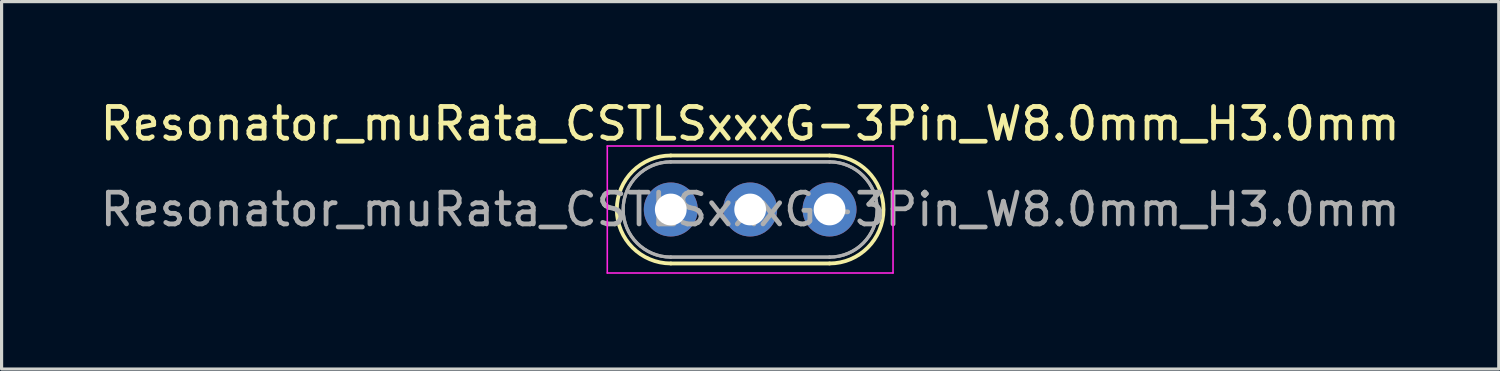
<source format=kicad_pcb>
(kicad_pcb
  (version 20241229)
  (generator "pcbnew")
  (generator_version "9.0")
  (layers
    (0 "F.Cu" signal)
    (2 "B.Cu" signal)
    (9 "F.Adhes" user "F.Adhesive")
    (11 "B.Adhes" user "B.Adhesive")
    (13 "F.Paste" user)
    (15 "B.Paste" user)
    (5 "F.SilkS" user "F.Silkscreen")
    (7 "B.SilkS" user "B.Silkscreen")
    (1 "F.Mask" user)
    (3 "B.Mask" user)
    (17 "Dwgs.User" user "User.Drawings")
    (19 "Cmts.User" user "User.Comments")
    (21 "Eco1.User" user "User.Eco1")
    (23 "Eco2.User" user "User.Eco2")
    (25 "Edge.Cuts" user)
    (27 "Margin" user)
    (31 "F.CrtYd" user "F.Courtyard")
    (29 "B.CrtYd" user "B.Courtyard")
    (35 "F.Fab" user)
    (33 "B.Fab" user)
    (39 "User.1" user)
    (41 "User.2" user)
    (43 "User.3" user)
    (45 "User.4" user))
  (footprint "Resonator_muRata_CSTLSxxxG-3Pin_W8.0mm_H3.0mm"
    (layer "F.Cu")
    (at 18.077 3.548)
    (property "Reference" "Resonator_muRata_CSTLSxxxG-3Pin_W8.0mm_H3.0mm" (at 2.5 -2.7 0) (layer "F.SilkS") (effects (font (size 1 1) (thickness 0.15))))
    (attr through_hole)
    (fp_line (start 0 -1.7) (end 5 -1.7) (stroke (width 0.12) (type solid)) (layer "F.SilkS"))
    (fp_line (start 0 1.7) (end 5 1.7) (stroke (width 0.12) (type solid)) (layer "F.SilkS"))
    (fp_arc (start 0 1.7) (mid -1.7 0) (end 0 -1.7) (stroke (width 0.12) (type solid)) (layer "F.SilkS"))
    (fp_arc (start 5 -1.7) (mid 6.7 0) (end 5 1.7) (stroke (width 0.12) (type solid)) (layer "F.SilkS"))
    (fp_line (start -2 -2) (end -2 2) (stroke (width 0.05) (type solid)) (layer "F.CrtYd"))
    (fp_line (start -2 2) (end 7 2) (stroke (width 0.05) (type solid)) (layer "F.CrtYd"))
    (fp_line (start 7 -2) (end -2 -2) (stroke (width 0.05) (type solid)) (layer "F.CrtYd"))
    (fp_line (start 7 2) (end 7 -2) (stroke (width 0.05) (type solid)) (layer "F.CrtYd"))
    (fp_line (start 0 -1.5) (end 5 -1.5) (stroke (width 0.1) (type solid)) (layer "F.Fab"))
    (fp_line (start 0 -1.5) (end 5 -1.5) (stroke (width 0.1) (type solid)) (layer "F.Fab"))
    (fp_line (start 0 1.5) (end 5 1.5) (stroke (width 0.1) (type solid)) (layer "F.Fab"))
    (fp_line (start 0 1.5) (end 5 1.5) (stroke (width 0.1) (type solid)) (layer "F.Fab"))
    (fp_arc (start 0 1.5) (mid -1.5 0) (end 0 -1.5) (stroke (width 0.1) (type solid)) (layer "F.Fab"))
    (fp_arc (start 0 1.5) (mid -1.5 0) (end 0 -1.5) (stroke (width 0.1) (type solid)) (layer "F.Fab"))
    (fp_arc (start 5 -1.5) (mid 6.5 0) (end 5 1.5) (stroke (width 0.1) (type solid)) (layer "F.Fab"))
    (fp_arc (start 5 -1.5) (mid 6.5 0) (end 5 1.5) (stroke (width 0.1) (type solid)) (layer "F.Fab"))
    (fp_text user "${REFERENCE}" (at 2.5 0 0) (layer "F.Fab") (effects (font (size 1 1) (thickness 0.15))))
    (pad "1" thru_hole circle (at 0 0) (size 1.7 1.7) (drill 1) (layers "*.Cu" "*.Mask"))
    (pad "2" thru_hole circle (at 2.5 0) (size 1.7 1.7) (drill 1) (layers "*.Cu" "*.Mask"))
    (pad "3" thru_hole circle (at 5 0) (size 1.7 1.7) (drill 1) (layers "*.Cu" "*.Mask")))
  (gr_rect
    (start -3 -3)
    (end 44.155 8.573)
    (stroke (width 0.1) (type default))
    (fill no)
    (layer "Edge.Cuts")))
</source>
